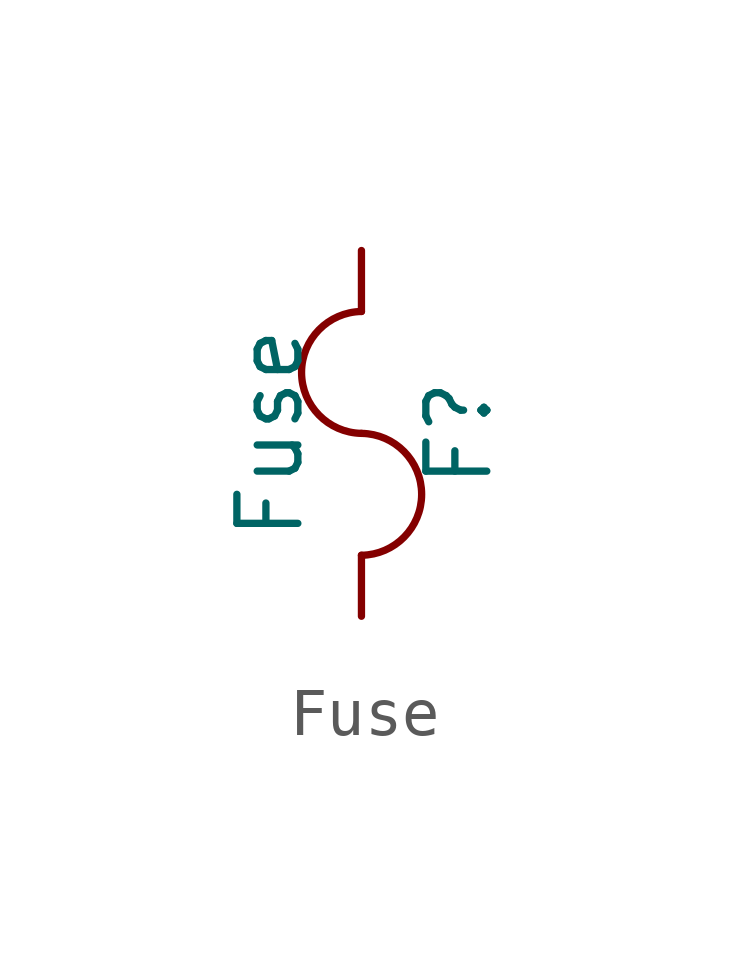
<source format=kicad_sym>
(kicad_symbol_lib
  (version 20211014)
  (generator kicad_symbol_editor)
  (symbol "Fuse"
    (pin_numbers hide)
    (pin_names
      (offset 0))
    (property "Reference" "F"
      (at 2.032 0 90)
      (effects (font (size 1.27 1.27))))
    (property "Value" "Fuse"
      (at -1.905 0 90)
      (effects (font (size 1.27 1.27))))
    (symbol "Fuse_0_1"
      (arc (start 0 -2.54) (mid 1.2542 -1.27) (end 0 0) (stroke (width 0) (type default) (color 0 0 0 0)) (fill (type none)))
      (arc (start 0 2.54) (mid -1.2477 1.27) (end 0 0) (stroke (width 0) (type default) (color 0 0 0 0)) (fill (type none))))
    (symbol "Fuse_1_1"
      (pin passive line (at 0 3.81 270) (length 1.27) (name "~" (effects (font (size 1.27 1.27)))) (number "1" (effects (font (size 1.27 1.27)))))
      (pin passive line (at 0 -3.81 90) (length 1.27) (name "~" (effects (font (size 1.27 1.27)))) (number "2" (effects (font (size 1.27 1.27))))))))
</source>
